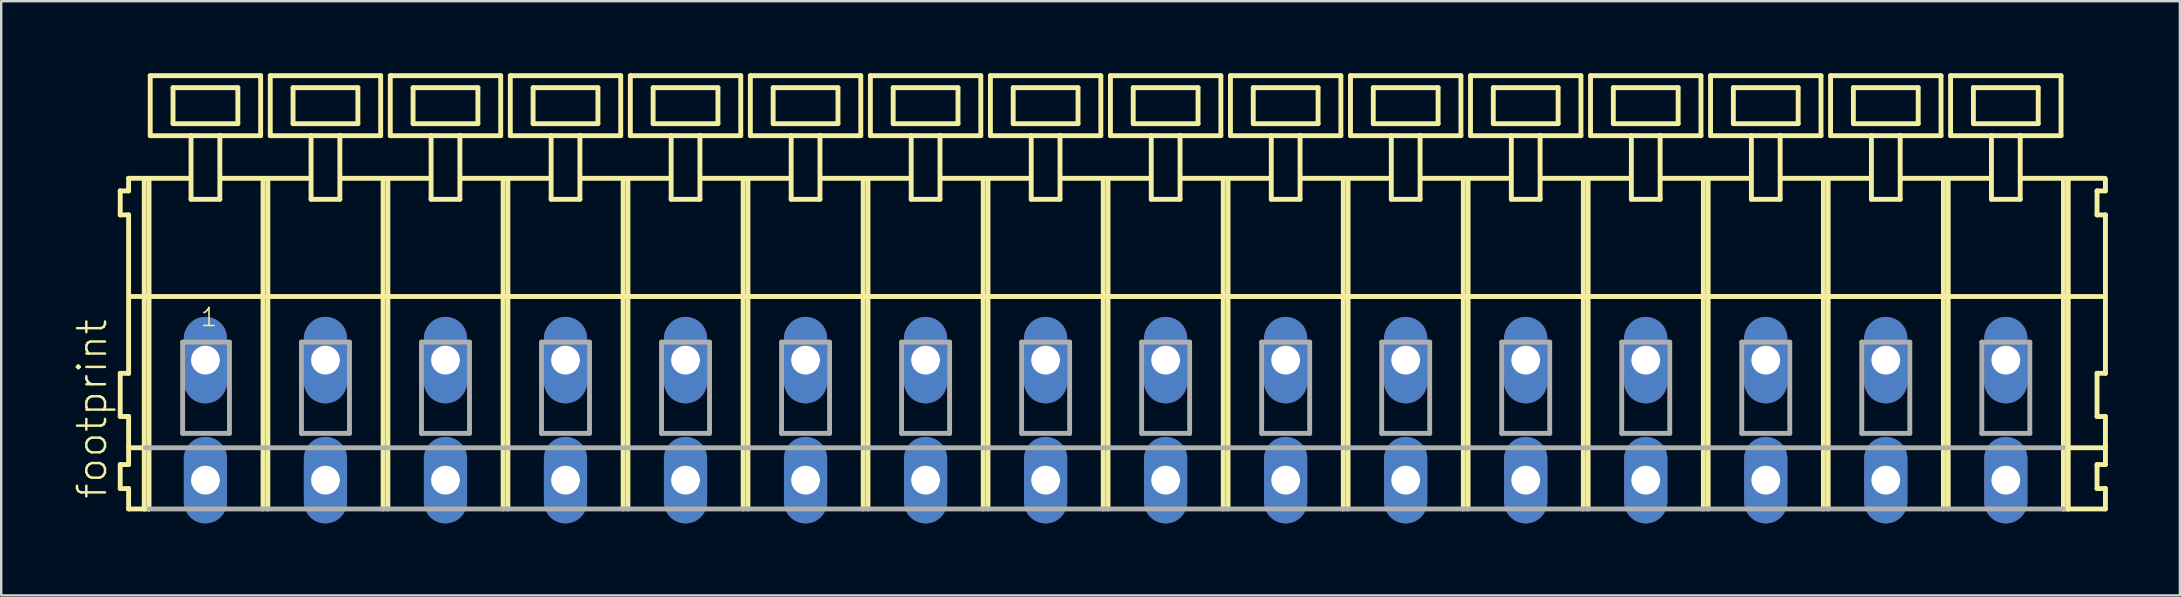
<source format=kicad_pcb>
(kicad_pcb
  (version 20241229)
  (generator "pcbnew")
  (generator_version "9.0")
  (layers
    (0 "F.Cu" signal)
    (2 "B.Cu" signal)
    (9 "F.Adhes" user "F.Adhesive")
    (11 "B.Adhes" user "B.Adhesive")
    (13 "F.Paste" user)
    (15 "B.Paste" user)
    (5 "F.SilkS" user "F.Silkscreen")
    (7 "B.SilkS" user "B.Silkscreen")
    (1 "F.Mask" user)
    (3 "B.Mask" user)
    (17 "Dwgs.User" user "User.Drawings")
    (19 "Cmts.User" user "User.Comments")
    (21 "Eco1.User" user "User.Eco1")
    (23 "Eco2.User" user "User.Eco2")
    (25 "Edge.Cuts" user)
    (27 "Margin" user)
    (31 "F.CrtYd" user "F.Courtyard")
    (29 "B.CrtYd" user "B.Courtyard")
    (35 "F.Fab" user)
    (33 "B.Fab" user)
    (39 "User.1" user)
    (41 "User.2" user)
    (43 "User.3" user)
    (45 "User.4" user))
  (footprint "footprint"
    (layer "F.Cu")
    (at 43.008 11.952)
    (property "Reference" "footprint" (at -41.535 5.855 90) (layer "F.SilkS") (effects (font (size 1.168 1.168) (thickness 0.102)) (justify left bottom)))
    (fp_line (start -41.05 -7.05) (end -41.05 -6.05) (stroke (width 0.203) (type solid)) (layer "F.SilkS"))
    (fp_line (start -41.05 -6.05) (end -40.7 -6.05) (stroke (width 0.203) (type solid)) (layer "F.SilkS"))
    (fp_line (start -41.05 0.55) (end -41.05 2.35) (stroke (width 0.203) (type solid)) (layer "F.SilkS"))
    (fp_line (start -41.05 2.35) (end -40.7 2.35) (stroke (width 0.203) (type solid)) (layer "F.SilkS"))
    (fp_line (start -41.05 4.35) (end -41.05 5.35) (stroke (width 0.203) (type solid)) (layer "F.SilkS"))
    (fp_line (start -41.05 5.35) (end -40.7 5.35) (stroke (width 0.203) (type solid)) (layer "F.SilkS"))
    (fp_line (start -40.7 -7.575) (end -40.7 -7.05) (stroke (width 0.203) (type solid)) (layer "F.SilkS"))
    (fp_line (start -40.7 -7.575) (end -38.125 -7.575) (stroke (width 0.203) (type solid)) (layer "F.SilkS"))
    (fp_line (start -40.7 -7.05) (end -41.05 -7.05) (stroke (width 0.203) (type solid)) (layer "F.SilkS"))
    (fp_line (start -40.7 -6.05) (end -40.7 0.55) (stroke (width 0.203) (type solid)) (layer "F.SilkS"))
    (fp_line (start -40.7 0.55) (end -41.05 0.55) (stroke (width 0.203) (type solid)) (layer "F.SilkS"))
    (fp_line (start -40.7 2.35) (end -40.7 4.35) (stroke (width 0.203) (type solid)) (layer "F.SilkS"))
    (fp_line (start -40.7 3.65) (end -40 3.65) (stroke (width 0.203) (type solid)) (layer "F.SilkS"))
    (fp_line (start -40.7 4.35) (end -41.05 4.35) (stroke (width 0.203) (type solid)) (layer "F.SilkS"))
    (fp_line (start -40.7 5.35) (end -40.7 6.2) (stroke (width 0.203) (type solid)) (layer "F.SilkS"))
    (fp_line (start -40.7 6.2) (end -40.05 6.2) (stroke (width 0.203) (type solid)) (layer "F.SilkS"))
    (fp_line (start -40.65 -2.65) (end -35.1 -2.65) (stroke (width 0.203) (type solid)) (layer "F.SilkS"))
    (fp_line (start -40.05 -7.55) (end -40.05 6.2) (stroke (width 0.203) (type solid)) (layer "F.SilkS"))
    (fp_line (start -40.05 6.2) (end -39.85 6.2) (stroke (width 0.203) (type solid)) (layer "F.SilkS"))
    (fp_line (start -39.85 -7.55) (end -39.85 6.2) (stroke (width 0.203) (type solid)) (layer "F.SilkS"))
    (fp_line (start -39.8 -11.85) (end -39.8 -9.35) (stroke (width 0.203) (type solid)) (layer "F.SilkS"))
    (fp_line (start -39.8 -9.35) (end -38.1 -9.35) (stroke (width 0.203) (type solid)) (layer "F.SilkS"))
    (fp_line (start -38.85 -11.35) (end -38.85 -9.85) (stroke (width 0.203) (type solid)) (layer "F.SilkS"))
    (fp_line (start -38.85 -9.85) (end -36.15 -9.85) (stroke (width 0.203) (type solid)) (layer "F.SilkS"))
    (fp_line (start -38.1 -9.35) (end -38.1 -6.7) (stroke (width 0.203) (type solid)) (layer "F.SilkS"))
    (fp_line (start -38.1 -9.35) (end -36.9 -9.35) (stroke (width 0.203) (type solid)) (layer "F.SilkS"))
    (fp_line (start -38.1 -6.7) (end -36.9 -6.7) (stroke (width 0.203) (type solid)) (layer "F.SilkS"))
    (fp_line (start -36.9 -9.35) (end -35.2 -9.35) (stroke (width 0.203) (type solid)) (layer "F.SilkS"))
    (fp_line (start -36.9 -6.7) (end -36.9 -9.35) (stroke (width 0.203) (type solid)) (layer "F.SilkS"))
    (fp_line (start -36.825 -7.575) (end -33.125 -7.575) (stroke (width 0.203) (type solid)) (layer "F.SilkS"))
    (fp_line (start -36.15 -11.35) (end -38.85 -11.35) (stroke (width 0.203) (type solid)) (layer "F.SilkS"))
    (fp_line (start -36.15 -9.85) (end -36.15 -11.35) (stroke (width 0.203) (type solid)) (layer "F.SilkS"))
    (fp_line (start -35.2 -11.85) (end -39.8 -11.85) (stroke (width 0.203) (type solid)) (layer "F.SilkS"))
    (fp_line (start -35.2 -9.35) (end -35.2 -11.85) (stroke (width 0.203) (type solid)) (layer "F.SilkS"))
    (fp_line (start -35.1 -7.55) (end -35.1 -2.65) (stroke (width 0.203) (type solid)) (layer "F.SilkS"))
    (fp_line (start -35.1 -2.65) (end -35.1 6.2) (stroke (width 0.203) (type solid)) (layer "F.SilkS"))
    (fp_line (start -34.9 -7.55) (end -34.9 -2.65) (stroke (width 0.203) (type solid)) (layer "F.SilkS"))
    (fp_line (start -34.9 -2.65) (end -34.9 6.2) (stroke (width 0.203) (type solid)) (layer "F.SilkS"))
    (fp_line (start -34.9 -2.65) (end -30.1 -2.65) (stroke (width 0.203) (type solid)) (layer "F.SilkS"))
    (fp_line (start -34.8 -11.85) (end -34.8 -9.35) (stroke (width 0.203) (type solid)) (layer "F.SilkS"))
    (fp_line (start -34.8 -9.35) (end -33.1 -9.35) (stroke (width 0.203) (type solid)) (layer "F.SilkS"))
    (fp_line (start -33.85 -11.35) (end -33.85 -9.85) (stroke (width 0.203) (type solid)) (layer "F.SilkS"))
    (fp_line (start -33.85 -9.85) (end -31.15 -9.85) (stroke (width 0.203) (type solid)) (layer "F.SilkS"))
    (fp_line (start -33.1 -9.35) (end -33.1 -6.7) (stroke (width 0.203) (type solid)) (layer "F.SilkS"))
    (fp_line (start -33.1 -9.35) (end -31.9 -9.35) (stroke (width 0.203) (type solid)) (layer "F.SilkS"))
    (fp_line (start -33.1 -6.7) (end -31.9 -6.7) (stroke (width 0.203) (type solid)) (layer "F.SilkS"))
    (fp_line (start -31.9 -9.35) (end -30.2 -9.35) (stroke (width 0.203) (type solid)) (layer "F.SilkS"))
    (fp_line (start -31.9 -6.7) (end -31.9 -9.35) (stroke (width 0.203) (type solid)) (layer "F.SilkS"))
    (fp_line (start -31.875 -7.575) (end -28.125 -7.575) (stroke (width 0.203) (type solid)) (layer "F.SilkS"))
    (fp_line (start -31.15 -11.35) (end -33.85 -11.35) (stroke (width 0.203) (type solid)) (layer "F.SilkS"))
    (fp_line (start -31.15 -9.85) (end -31.15 -11.35) (stroke (width 0.203) (type solid)) (layer "F.SilkS"))
    (fp_line (start -30.2 -11.85) (end -34.8 -11.85) (stroke (width 0.203) (type solid)) (layer "F.SilkS"))
    (fp_line (start -30.2 -9.35) (end -30.2 -11.85) (stroke (width 0.203) (type solid)) (layer "F.SilkS"))
    (fp_line (start -30.1 -7.55) (end -30.1 -2.65) (stroke (width 0.203) (type solid)) (layer "F.SilkS"))
    (fp_line (start -30.1 -2.65) (end -30.1 6.2) (stroke (width 0.203) (type solid)) (layer "F.SilkS"))
    (fp_line (start -30.1 -2.65) (end -29.9 -2.65) (stroke (width 0.203) (type solid)) (layer "F.SilkS"))
    (fp_line (start -29.9 -7.55) (end -29.9 -2.65) (stroke (width 0.203) (type solid)) (layer "F.SilkS"))
    (fp_line (start -29.9 -2.65) (end -29.9 6.2) (stroke (width 0.203) (type solid)) (layer "F.SilkS"))
    (fp_line (start -29.9 -2.65) (end -25.1 -2.65) (stroke (width 0.203) (type solid)) (layer "F.SilkS"))
    (fp_line (start -29.8 -11.85) (end -29.8 -9.35) (stroke (width 0.203) (type solid)) (layer "F.SilkS"))
    (fp_line (start -29.8 -9.35) (end -28.1 -9.35) (stroke (width 0.203) (type solid)) (layer "F.SilkS"))
    (fp_line (start -28.85 -11.35) (end -28.85 -9.85) (stroke (width 0.203) (type solid)) (layer "F.SilkS"))
    (fp_line (start -28.85 -9.85) (end -26.15 -9.85) (stroke (width 0.203) (type solid)) (layer "F.SilkS"))
    (fp_line (start -28.1 -9.35) (end -28.1 -6.7) (stroke (width 0.203) (type solid)) (layer "F.SilkS"))
    (fp_line (start -28.1 -9.35) (end -26.9 -9.35) (stroke (width 0.203) (type solid)) (layer "F.SilkS"))
    (fp_line (start -28.1 -6.7) (end -26.9 -6.7) (stroke (width 0.203) (type solid)) (layer "F.SilkS"))
    (fp_line (start -26.9 -9.35) (end -25.2 -9.35) (stroke (width 0.203) (type solid)) (layer "F.SilkS"))
    (fp_line (start -26.9 -6.7) (end -26.9 -9.35) (stroke (width 0.203) (type solid)) (layer "F.SilkS"))
    (fp_line (start -26.875 -7.575) (end -23.125 -7.575) (stroke (width 0.203) (type solid)) (layer "F.SilkS"))
    (fp_line (start -26.15 -11.35) (end -28.85 -11.35) (stroke (width 0.203) (type solid)) (layer "F.SilkS"))
    (fp_line (start -26.15 -9.85) (end -26.15 -11.35) (stroke (width 0.203) (type solid)) (layer "F.SilkS"))
    (fp_line (start -25.2 -11.85) (end -29.8 -11.85) (stroke (width 0.203) (type solid)) (layer "F.SilkS"))
    (fp_line (start -25.2 -9.35) (end -25.2 -11.85) (stroke (width 0.203) (type solid)) (layer "F.SilkS"))
    (fp_line (start -25.1 -7.55) (end -25.1 -2.65) (stroke (width 0.203) (type solid)) (layer "F.SilkS"))
    (fp_line (start -25.1 -2.65) (end -25.1 6.2) (stroke (width 0.203) (type solid)) (layer "F.SilkS"))
    (fp_line (start -25.1 -2.65) (end -24.9 -2.65) (stroke (width 0.203) (type solid)) (layer "F.SilkS"))
    (fp_line (start -25.1 -2.65) (end 39.9 -2.65) (stroke (width 0.203) (type solid)) (layer "F.SilkS"))
    (fp_line (start -24.9 -7.55) (end -24.9 -2.65) (stroke (width 0.203) (type solid)) (layer "F.SilkS"))
    (fp_line (start -24.9 -2.65) (end -24.9 6.2) (stroke (width 0.203) (type solid)) (layer "F.SilkS"))
    (fp_line (start -24.9 -2.65) (end -20.1 -2.65) (stroke (width 0.203) (type solid)) (layer "F.SilkS"))
    (fp_line (start -24.8 -11.85) (end -24.8 -9.35) (stroke (width 0.203) (type solid)) (layer "F.SilkS"))
    (fp_line (start -24.8 -9.35) (end -23.1 -9.35) (stroke (width 0.203) (type solid)) (layer "F.SilkS"))
    (fp_line (start -23.85 -11.35) (end -23.85 -9.85) (stroke (width 0.203) (type solid)) (layer "F.SilkS"))
    (fp_line (start -23.85 -9.85) (end -21.15 -9.85) (stroke (width 0.203) (type solid)) (layer "F.SilkS"))
    (fp_line (start -23.1 -9.35) (end -23.1 -6.7) (stroke (width 0.203) (type solid)) (layer "F.SilkS"))
    (fp_line (start -23.1 -9.35) (end -21.9 -9.35) (stroke (width 0.203) (type solid)) (layer "F.SilkS"))
    (fp_line (start -23.1 -6.7) (end -21.9 -6.7) (stroke (width 0.203) (type solid)) (layer "F.SilkS"))
    (fp_line (start -21.9 -9.35) (end -20.2 -9.35) (stroke (width 0.203) (type solid)) (layer "F.SilkS"))
    (fp_line (start -21.9 -6.7) (end -21.9 -9.35) (stroke (width 0.203) (type solid)) (layer "F.SilkS"))
    (fp_line (start -21.875 -7.575) (end -18.125 -7.575) (stroke (width 0.203) (type solid)) (layer "F.SilkS"))
    (fp_line (start -21.15 -11.35) (end -23.85 -11.35) (stroke (width 0.203) (type solid)) (layer "F.SilkS"))
    (fp_line (start -21.15 -9.85) (end -21.15 -11.35) (stroke (width 0.203) (type solid)) (layer "F.SilkS"))
    (fp_line (start -20.2 -11.85) (end -24.8 -11.85) (stroke (width 0.203) (type solid)) (layer "F.SilkS"))
    (fp_line (start -20.2 -9.35) (end -20.2 -11.85) (stroke (width 0.203) (type solid)) (layer "F.SilkS"))
    (fp_line (start -20.1 -7.55) (end -20.1 -2.65) (stroke (width 0.203) (type solid)) (layer "F.SilkS"))
    (fp_line (start -20.1 -2.65) (end -20.1 6.2) (stroke (width 0.203) (type solid)) (layer "F.SilkS"))
    (fp_line (start -20.1 -2.65) (end -19.9 -2.65) (stroke (width 0.203) (type solid)) (layer "F.SilkS"))
    (fp_line (start -19.9 -7.55) (end -19.9 -2.65) (stroke (width 0.203) (type solid)) (layer "F.SilkS"))
    (fp_line (start -19.9 -2.65) (end -19.9 6.2) (stroke (width 0.203) (type solid)) (layer "F.SilkS"))
    (fp_line (start -19.9 -2.65) (end -15.1 -2.65) (stroke (width 0.203) (type solid)) (layer "F.SilkS"))
    (fp_line (start -19.8 -11.85) (end -19.8 -9.35) (stroke (width 0.203) (type solid)) (layer "F.SilkS"))
    (fp_line (start -19.8 -9.35) (end -18.1 -9.35) (stroke (width 0.203) (type solid)) (layer "F.SilkS"))
    (fp_line (start -18.85 -11.35) (end -18.85 -9.85) (stroke (width 0.203) (type solid)) (layer "F.SilkS"))
    (fp_line (start -18.85 -9.85) (end -16.15 -9.85) (stroke (width 0.203) (type solid)) (layer "F.SilkS"))
    (fp_line (start -18.1 -9.35) (end -18.1 -6.7) (stroke (width 0.203) (type solid)) (layer "F.SilkS"))
    (fp_line (start -18.1 -9.35) (end -16.9 -9.35) (stroke (width 0.203) (type solid)) (layer "F.SilkS"))
    (fp_line (start -18.1 -6.7) (end -16.9 -6.7) (stroke (width 0.203) (type solid)) (layer "F.SilkS"))
    (fp_line (start -16.9 -9.35) (end -15.2 -9.35) (stroke (width 0.203) (type solid)) (layer "F.SilkS"))
    (fp_line (start -16.9 -6.7) (end -16.9 -9.35) (stroke (width 0.203) (type solid)) (layer "F.SilkS"))
    (fp_line (start -16.875 -7.575) (end -13.125 -7.575) (stroke (width 0.203) (type solid)) (layer "F.SilkS"))
    (fp_line (start -16.15 -11.35) (end -18.85 -11.35) (stroke (width 0.203) (type solid)) (layer "F.SilkS"))
    (fp_line (start -16.15 -9.85) (end -16.15 -11.35) (stroke (width 0.203) (type solid)) (layer "F.SilkS"))
    (fp_line (start -15.2 -11.85) (end -19.8 -11.85) (stroke (width 0.203) (type solid)) (layer "F.SilkS"))
    (fp_line (start -15.2 -9.35) (end -15.2 -11.85) (stroke (width 0.203) (type solid)) (layer "F.SilkS"))
    (fp_line (start -15.1 -7.55) (end -15.1 -2.65) (stroke (width 0.203) (type solid)) (layer "F.SilkS"))
    (fp_line (start -15.1 -2.65) (end -15.1 6.2) (stroke (width 0.203) (type solid)) (layer "F.SilkS"))
    (fp_line (start -15.1 -2.65) (end -14.9 -2.65) (stroke (width 0.203) (type solid)) (layer "F.SilkS"))
    (fp_line (start -14.9 -7.55) (end -14.9 -2.65) (stroke (width 0.203) (type solid)) (layer "F.SilkS"))
    (fp_line (start -14.9 -2.65) (end -14.9 6.2) (stroke (width 0.203) (type solid)) (layer "F.SilkS"))
    (fp_line (start -14.9 -2.65) (end -10.1 -2.65) (stroke (width 0.203) (type solid)) (layer "F.SilkS"))
    (fp_line (start -14.8 -11.85) (end -14.8 -9.35) (stroke (width 0.203) (type solid)) (layer "F.SilkS"))
    (fp_line (start -14.8 -9.35) (end -13.1 -9.35) (stroke (width 0.203) (type solid)) (layer "F.SilkS"))
    (fp_line (start -13.85 -11.35) (end -13.85 -9.85) (stroke (width 0.203) (type solid)) (layer "F.SilkS"))
    (fp_line (start -13.85 -9.85) (end -11.15 -9.85) (stroke (width 0.203) (type solid)) (layer "F.SilkS"))
    (fp_line (start -13.1 -9.35) (end -13.1 -6.7) (stroke (width 0.203) (type solid)) (layer "F.SilkS"))
    (fp_line (start -13.1 -9.35) (end -11.9 -9.35) (stroke (width 0.203) (type solid)) (layer "F.SilkS"))
    (fp_line (start -13.1 -6.7) (end -11.9 -6.7) (stroke (width 0.203) (type solid)) (layer "F.SilkS"))
    (fp_line (start -11.9 -9.35) (end -10.2 -9.35) (stroke (width 0.203) (type solid)) (layer "F.SilkS"))
    (fp_line (start -11.9 -6.7) (end -11.9 -9.35) (stroke (width 0.203) (type solid)) (layer "F.SilkS"))
    (fp_line (start -11.875 -7.575) (end -8.125 -7.575) (stroke (width 0.203) (type solid)) (layer "F.SilkS"))
    (fp_line (start -11.15 -11.35) (end -13.85 -11.35) (stroke (width 0.203) (type solid)) (layer "F.SilkS"))
    (fp_line (start -11.15 -9.85) (end -11.15 -11.35) (stroke (width 0.203) (type solid)) (layer "F.SilkS"))
    (fp_line (start -10.2 -11.85) (end -14.8 -11.85) (stroke (width 0.203) (type solid)) (layer "F.SilkS"))
    (fp_line (start -10.2 -9.35) (end -10.2 -11.85) (stroke (width 0.203) (type solid)) (layer "F.SilkS"))
    (fp_line (start -10.1 -7.55) (end -10.1 -2.65) (stroke (width 0.203) (type solid)) (layer "F.SilkS"))
    (fp_line (start -10.1 -2.65) (end -10.1 6.2) (stroke (width 0.203) (type solid)) (layer "F.SilkS"))
    (fp_line (start -10.1 -2.65) (end -9.9 -2.65) (stroke (width 0.203) (type solid)) (layer "F.SilkS"))
    (fp_line (start -9.9 -7.55) (end -9.9 -2.65) (stroke (width 0.203) (type solid)) (layer "F.SilkS"))
    (fp_line (start -9.9 -2.65) (end -9.9 6.2) (stroke (width 0.203) (type solid)) (layer "F.SilkS"))
    (fp_line (start -9.9 -2.65) (end -5.1 -2.65) (stroke (width 0.203) (type solid)) (layer "F.SilkS"))
    (fp_line (start -9.8 -11.85) (end -9.8 -9.35) (stroke (width 0.203) (type solid)) (layer "F.SilkS"))
    (fp_line (start -9.8 -9.35) (end -8.1 -9.35) (stroke (width 0.203) (type solid)) (layer "F.SilkS"))
    (fp_line (start -8.85 -11.35) (end -8.85 -9.85) (stroke (width 0.203) (type solid)) (layer "F.SilkS"))
    (fp_line (start -8.85 -9.85) (end -6.15 -9.85) (stroke (width 0.203) (type solid)) (layer "F.SilkS"))
    (fp_line (start -8.1 -9.35) (end -8.1 -6.7) (stroke (width 0.203) (type solid)) (layer "F.SilkS"))
    (fp_line (start -8.1 -9.35) (end -6.9 -9.35) (stroke (width 0.203) (type solid)) (layer "F.SilkS"))
    (fp_line (start -8.1 -6.7) (end -6.9 -6.7) (stroke (width 0.203) (type solid)) (layer "F.SilkS"))
    (fp_line (start -6.9 -9.35) (end -5.2 -9.35) (stroke (width 0.203) (type solid)) (layer "F.SilkS"))
    (fp_line (start -6.9 -6.7) (end -6.9 -9.35) (stroke (width 0.203) (type solid)) (layer "F.SilkS"))
    (fp_line (start -6.875 -7.575) (end -3.125 -7.575) (stroke (width 0.203) (type solid)) (layer "F.SilkS"))
    (fp_line (start -6.15 -11.35) (end -8.85 -11.35) (stroke (width 0.203) (type solid)) (layer "F.SilkS"))
    (fp_line (start -6.15 -9.85) (end -6.15 -11.35) (stroke (width 0.203) (type solid)) (layer "F.SilkS"))
    (fp_line (start -5.2 -11.85) (end -9.8 -11.85) (stroke (width 0.203) (type solid)) (layer "F.SilkS"))
    (fp_line (start -5.2 -9.35) (end -5.2 -11.85) (stroke (width 0.203) (type solid)) (layer "F.SilkS"))
    (fp_line (start -5.1 -7.55) (end -5.1 -2.65) (stroke (width 0.203) (type solid)) (layer "F.SilkS"))
    (fp_line (start -5.1 -2.65) (end -5.1 6.2) (stroke (width 0.203) (type solid)) (layer "F.SilkS"))
    (fp_line (start -5.1 -2.65) (end -4.9 -2.65) (stroke (width 0.203) (type solid)) (layer "F.SilkS"))
    (fp_line (start -4.9 -7.55) (end -4.9 -2.65) (stroke (width 0.203) (type solid)) (layer "F.SilkS"))
    (fp_line (start -4.9 -2.65) (end -4.9 6.2) (stroke (width 0.203) (type solid)) (layer "F.SilkS"))
    (fp_line (start -4.9 -2.65) (end -0.1 -2.65) (stroke (width 0.203) (type solid)) (layer "F.SilkS"))
    (fp_line (start -4.8 -11.85) (end -4.8 -9.35) (stroke (width 0.203) (type solid)) (layer "F.SilkS"))
    (fp_line (start -4.8 -9.35) (end -3.1 -9.35) (stroke (width 0.203) (type solid)) (layer "F.SilkS"))
    (fp_line (start -3.85 -11.35) (end -3.85 -9.85) (stroke (width 0.203) (type solid)) (layer "F.SilkS"))
    (fp_line (start -3.85 -9.85) (end -1.15 -9.85) (stroke (width 0.203) (type solid)) (layer "F.SilkS"))
    (fp_line (start -3.1 -9.35) (end -3.1 -6.7) (stroke (width 0.203) (type solid)) (layer "F.SilkS"))
    (fp_line (start -3.1 -9.35) (end -1.9 -9.35) (stroke (width 0.203) (type solid)) (layer "F.SilkS"))
    (fp_line (start -3.1 -6.7) (end -1.9 -6.7) (stroke (width 0.203) (type solid)) (layer "F.SilkS"))
    (fp_line (start -1.9 -9.35) (end -0.2 -9.35) (stroke (width 0.203) (type solid)) (layer "F.SilkS"))
    (fp_line (start -1.9 -6.7) (end -1.9 -9.35) (stroke (width 0.203) (type solid)) (layer "F.SilkS"))
    (fp_line (start -1.875 -7.575) (end 1.875 -7.575) (stroke (width 0.203) (type solid)) (layer "F.SilkS"))
    (fp_line (start -1.15 -11.35) (end -3.85 -11.35) (stroke (width 0.203) (type solid)) (layer "F.SilkS"))
    (fp_line (start -1.15 -9.85) (end -1.15 -11.35) (stroke (width 0.203) (type solid)) (layer "F.SilkS"))
    (fp_line (start -0.2 -11.85) (end -4.8 -11.85) (stroke (width 0.203) (type solid)) (layer "F.SilkS"))
    (fp_line (start -0.2 -9.35) (end -0.2 -11.85) (stroke (width 0.203) (type solid)) (layer "F.SilkS"))
    (fp_line (start -0.1 -7.55) (end -0.1 -2.65) (stroke (width 0.203) (type solid)) (layer "F.SilkS"))
    (fp_line (start -0.1 -2.65) (end -0.1 6.2) (stroke (width 0.203) (type solid)) (layer "F.SilkS"))
    (fp_line (start -0.1 -2.65) (end 0.1 -2.65) (stroke (width 0.203) (type solid)) (layer "F.SilkS"))
    (fp_line (start 0.1 -7.55) (end 0.1 -2.65) (stroke (width 0.203) (type solid)) (layer "F.SilkS"))
    (fp_line (start 0.1 -2.65) (end 0.1 6.2) (stroke (width 0.203) (type solid)) (layer "F.SilkS"))
    (fp_line (start 0.1 -2.65) (end 4.9 -2.65) (stroke (width 0.203) (type solid)) (layer "F.SilkS"))
    (fp_line (start 0.2 -11.85) (end 0.2 -9.35) (stroke (width 0.203) (type solid)) (layer "F.SilkS"))
    (fp_line (start 0.2 -9.35) (end 1.9 -9.35) (stroke (width 0.203) (type solid)) (layer "F.SilkS"))
    (fp_line (start 1.15 -11.35) (end 1.15 -9.85) (stroke (width 0.203) (type solid)) (layer "F.SilkS"))
    (fp_line (start 1.15 -9.85) (end 3.85 -9.85) (stroke (width 0.203) (type solid)) (layer "F.SilkS"))
    (fp_line (start 1.9 -9.35) (end 1.9 -6.7) (stroke (width 0.203) (type solid)) (layer "F.SilkS"))
    (fp_line (start 1.9 -9.35) (end 3.1 -9.35) (stroke (width 0.203) (type solid)) (layer "F.SilkS"))
    (fp_line (start 1.9 -6.7) (end 3.1 -6.7) (stroke (width 0.203) (type solid)) (layer "F.SilkS"))
    (fp_line (start 3.1 -9.35) (end 4.8 -9.35) (stroke (width 0.203) (type solid)) (layer "F.SilkS"))
    (fp_line (start 3.1 -6.7) (end 3.1 -9.35) (stroke (width 0.203) (type solid)) (layer "F.SilkS"))
    (fp_line (start 3.125 -7.575) (end 6.875 -7.575) (stroke (width 0.203) (type solid)) (layer "F.SilkS"))
    (fp_line (start 3.85 -11.35) (end 1.15 -11.35) (stroke (width 0.203) (type solid)) (layer "F.SilkS"))
    (fp_line (start 3.85 -9.85) (end 3.85 -11.35) (stroke (width 0.203) (type solid)) (layer "F.SilkS"))
    (fp_line (start 4.8 -11.85) (end 0.2 -11.85) (stroke (width 0.203) (type solid)) (layer "F.SilkS"))
    (fp_line (start 4.8 -9.35) (end 4.8 -11.85) (stroke (width 0.203) (type solid)) (layer "F.SilkS"))
    (fp_line (start 4.9 -7.55) (end 4.9 -2.65) (stroke (width 0.203) (type solid)) (layer "F.SilkS"))
    (fp_line (start 4.9 -2.65) (end 4.9 6.2) (stroke (width 0.203) (type solid)) (layer "F.SilkS"))
    (fp_line (start 4.9 -2.65) (end 5.1 -2.65) (stroke (width 0.203) (type solid)) (layer "F.SilkS"))
    (fp_line (start 5.1 -7.55) (end 5.1 -2.65) (stroke (width 0.203) (type solid)) (layer "F.SilkS"))
    (fp_line (start 5.1 -2.65) (end 5.1 6.2) (stroke (width 0.203) (type solid)) (layer "F.SilkS"))
    (fp_line (start 5.1 -2.65) (end 9.9 -2.65) (stroke (width 0.203) (type solid)) (layer "F.SilkS"))
    (fp_line (start 5.2 -11.85) (end 5.2 -9.35) (stroke (width 0.203) (type solid)) (layer "F.SilkS"))
    (fp_line (start 5.2 -9.35) (end 6.9 -9.35) (stroke (width 0.203) (type solid)) (layer "F.SilkS"))
    (fp_line (start 6.15 -11.35) (end 6.15 -9.85) (stroke (width 0.203) (type solid)) (layer "F.SilkS"))
    (fp_line (start 6.15 -9.85) (end 8.85 -9.85) (stroke (width 0.203) (type solid)) (layer "F.SilkS"))
    (fp_line (start 6.9 -9.35) (end 6.9 -6.7) (stroke (width 0.203) (type solid)) (layer "F.SilkS"))
    (fp_line (start 6.9 -9.35) (end 8.1 -9.35) (stroke (width 0.203) (type solid)) (layer "F.SilkS"))
    (fp_line (start 6.9 -6.7) (end 8.1 -6.7) (stroke (width 0.203) (type solid)) (layer "F.SilkS"))
    (fp_line (start 8.1 -9.35) (end 9.8 -9.35) (stroke (width 0.203) (type solid)) (layer "F.SilkS"))
    (fp_line (start 8.1 -6.7) (end 8.1 -9.35) (stroke (width 0.203) (type solid)) (layer "F.SilkS"))
    (fp_line (start 8.125 -7.575) (end 11.875 -7.575) (stroke (width 0.203) (type solid)) (layer "F.SilkS"))
    (fp_line (start 8.85 -11.35) (end 6.15 -11.35) (stroke (width 0.203) (type solid)) (layer "F.SilkS"))
    (fp_line (start 8.85 -9.85) (end 8.85 -11.35) (stroke (width 0.203) (type solid)) (layer "F.SilkS"))
    (fp_line (start 9.8 -11.85) (end 5.2 -11.85) (stroke (width 0.203) (type solid)) (layer "F.SilkS"))
    (fp_line (start 9.8 -9.35) (end 9.8 -11.85) (stroke (width 0.203) (type solid)) (layer "F.SilkS"))
    (fp_line (start 9.9 -7.55) (end 9.9 -2.65) (stroke (width 0.203) (type solid)) (layer "F.SilkS"))
    (fp_line (start 9.9 -2.65) (end 9.9 6.2) (stroke (width 0.203) (type solid)) (layer "F.SilkS"))
    (fp_line (start 9.9 -2.65) (end 10.1 -2.65) (stroke (width 0.203) (type solid)) (layer "F.SilkS"))
    (fp_line (start 10.1 -7.55) (end 10.1 -2.65) (stroke (width 0.203) (type solid)) (layer "F.SilkS"))
    (fp_line (start 10.1 -2.65) (end 10.1 6.2) (stroke (width 0.203) (type solid)) (layer "F.SilkS"))
    (fp_line (start 10.1 -2.65) (end 14.9 -2.65) (stroke (width 0.203) (type solid)) (layer "F.SilkS"))
    (fp_line (start 10.2 -11.85) (end 10.2 -9.35) (stroke (width 0.203) (type solid)) (layer "F.SilkS"))
    (fp_line (start 10.2 -9.35) (end 11.9 -9.35) (stroke (width 0.203) (type solid)) (layer "F.SilkS"))
    (fp_line (start 11.15 -11.35) (end 11.15 -9.85) (stroke (width 0.203) (type solid)) (layer "F.SilkS"))
    (fp_line (start 11.15 -9.85) (end 13.85 -9.85) (stroke (width 0.203) (type solid)) (layer "F.SilkS"))
    (fp_line (start 11.9 -9.35) (end 11.9 -6.7) (stroke (width 0.203) (type solid)) (layer "F.SilkS"))
    (fp_line (start 11.9 -9.35) (end 13.1 -9.35) (stroke (width 0.203) (type solid)) (layer "F.SilkS"))
    (fp_line (start 11.9 -6.7) (end 13.1 -6.7) (stroke (width 0.203) (type solid)) (layer "F.SilkS"))
    (fp_line (start 13.1 -9.35) (end 14.8 -9.35) (stroke (width 0.203) (type solid)) (layer "F.SilkS"))
    (fp_line (start 13.1 -6.7) (end 13.1 -9.35) (stroke (width 0.203) (type solid)) (layer "F.SilkS"))
    (fp_line (start 13.125 -7.575) (end 16.875 -7.575) (stroke (width 0.203) (type solid)) (layer "F.SilkS"))
    (fp_line (start 13.85 -11.35) (end 11.15 -11.35) (stroke (width 0.203) (type solid)) (layer "F.SilkS"))
    (fp_line (start 13.85 -9.85) (end 13.85 -11.35) (stroke (width 0.203) (type solid)) (layer "F.SilkS"))
    (fp_line (start 14.8 -11.85) (end 10.2 -11.85) (stroke (width 0.203) (type solid)) (layer "F.SilkS"))
    (fp_line (start 14.8 -9.35) (end 14.8 -11.85) (stroke (width 0.203) (type solid)) (layer "F.SilkS"))
    (fp_line (start 14.9 -7.55) (end 14.9 -2.65) (stroke (width 0.203) (type solid)) (layer "F.SilkS"))
    (fp_line (start 14.9 -2.65) (end 14.9 6.2) (stroke (width 0.203) (type solid)) (layer "F.SilkS"))
    (fp_line (start 14.9 -2.65) (end 15.1 -2.65) (stroke (width 0.203) (type solid)) (layer "F.SilkS"))
    (fp_line (start 15.1 -7.55) (end 15.1 -2.65) (stroke (width 0.203) (type solid)) (layer "F.SilkS"))
    (fp_line (start 15.1 -2.65) (end 15.1 6.2) (stroke (width 0.203) (type solid)) (layer "F.SilkS"))
    (fp_line (start 15.1 -2.65) (end 19.9 -2.65) (stroke (width 0.203) (type solid)) (layer "F.SilkS"))
    (fp_line (start 15.2 -11.85) (end 15.2 -9.35) (stroke (width 0.203) (type solid)) (layer "F.SilkS"))
    (fp_line (start 15.2 -9.35) (end 16.9 -9.35) (stroke (width 0.203) (type solid)) (layer "F.SilkS"))
    (fp_line (start 16.15 -11.35) (end 16.15 -9.85) (stroke (width 0.203) (type solid)) (layer "F.SilkS"))
    (fp_line (start 16.15 -9.85) (end 18.85 -9.85) (stroke (width 0.203) (type solid)) (layer "F.SilkS"))
    (fp_line (start 16.9 -9.35) (end 16.9 -6.7) (stroke (width 0.203) (type solid)) (layer "F.SilkS"))
    (fp_line (start 16.9 -9.35) (end 18.1 -9.35) (stroke (width 0.203) (type solid)) (layer "F.SilkS"))
    (fp_line (start 16.9 -6.7) (end 18.1 -6.7) (stroke (width 0.203) (type solid)) (layer "F.SilkS"))
    (fp_line (start 18.1 -9.35) (end 19.8 -9.35) (stroke (width 0.203) (type solid)) (layer "F.SilkS"))
    (fp_line (start 18.1 -6.7) (end 18.1 -9.35) (stroke (width 0.203) (type solid)) (layer "F.SilkS"))
    (fp_line (start 18.125 -7.575) (end 21.875 -7.575) (stroke (width 0.203) (type solid)) (layer "F.SilkS"))
    (fp_line (start 18.85 -11.35) (end 16.15 -11.35) (stroke (width 0.203) (type solid)) (layer "F.SilkS"))
    (fp_line (start 18.85 -9.85) (end 18.85 -11.35) (stroke (width 0.203) (type solid)) (layer "F.SilkS"))
    (fp_line (start 19.8 -11.85) (end 15.2 -11.85) (stroke (width 0.203) (type solid)) (layer "F.SilkS"))
    (fp_line (start 19.8 -9.35) (end 19.8 -11.85) (stroke (width 0.203) (type solid)) (layer "F.SilkS"))
    (fp_line (start 19.9 -7.55) (end 19.9 -2.65) (stroke (width 0.203) (type solid)) (layer "F.SilkS"))
    (fp_line (start 19.9 -2.65) (end 19.9 6.2) (stroke (width 0.203) (type solid)) (layer "F.SilkS"))
    (fp_line (start 19.9 -2.65) (end 20.1 -2.65) (stroke (width 0.203) (type solid)) (layer "F.SilkS"))
    (fp_line (start 20.1 -7.55) (end 20.1 -2.65) (stroke (width 0.203) (type solid)) (layer "F.SilkS"))
    (fp_line (start 20.1 -2.65) (end 20.1 6.2) (stroke (width 0.203) (type solid)) (layer "F.SilkS"))
    (fp_line (start 20.1 -2.65) (end 24.9 -2.65) (stroke (width 0.203) (type solid)) (layer "F.SilkS"))
    (fp_line (start 20.2 -11.85) (end 20.2 -9.35) (stroke (width 0.203) (type solid)) (layer "F.SilkS"))
    (fp_line (start 20.2 -9.35) (end 21.9 -9.35) (stroke (width 0.203) (type solid)) (layer "F.SilkS"))
    (fp_line (start 21.15 -11.35) (end 21.15 -9.85) (stroke (width 0.203) (type solid)) (layer "F.SilkS"))
    (fp_line (start 21.15 -9.85) (end 23.85 -9.85) (stroke (width 0.203) (type solid)) (layer "F.SilkS"))
    (fp_line (start 21.9 -9.35) (end 21.9 -6.7) (stroke (width 0.203) (type solid)) (layer "F.SilkS"))
    (fp_line (start 21.9 -9.35) (end 23.1 -9.35) (stroke (width 0.203) (type solid)) (layer "F.SilkS"))
    (fp_line (start 21.9 -6.7) (end 23.1 -6.7) (stroke (width 0.203) (type solid)) (layer "F.SilkS"))
    (fp_line (start 23.1 -9.35) (end 24.8 -9.35) (stroke (width 0.203) (type solid)) (layer "F.SilkS"))
    (fp_line (start 23.1 -6.7) (end 23.1 -9.35) (stroke (width 0.203) (type solid)) (layer "F.SilkS"))
    (fp_line (start 23.125 -7.575) (end 26.875 -7.575) (stroke (width 0.203) (type solid)) (layer "F.SilkS"))
    (fp_line (start 23.85 -11.35) (end 21.15 -11.35) (stroke (width 0.203) (type solid)) (layer "F.SilkS"))
    (fp_line (start 23.85 -9.85) (end 23.85 -11.35) (stroke (width 0.203) (type solid)) (layer "F.SilkS"))
    (fp_line (start 24.8 -11.85) (end 20.2 -11.85) (stroke (width 0.203) (type solid)) (layer "F.SilkS"))
    (fp_line (start 24.8 -9.35) (end 24.8 -11.85) (stroke (width 0.203) (type solid)) (layer "F.SilkS"))
    (fp_line (start 24.9 -7.55) (end 24.9 -2.65) (stroke (width 0.203) (type solid)) (layer "F.SilkS"))
    (fp_line (start 24.9 -2.65) (end 24.9 6.2) (stroke (width 0.203) (type solid)) (layer "F.SilkS"))
    (fp_line (start 24.9 -2.65) (end 25.1 -2.65) (stroke (width 0.203) (type solid)) (layer "F.SilkS"))
    (fp_line (start 25.1 -7.55) (end 25.1 -2.65) (stroke (width 0.203) (type solid)) (layer "F.SilkS"))
    (fp_line (start 25.1 -2.65) (end 25.1 6.2) (stroke (width 0.203) (type solid)) (layer "F.SilkS"))
    (fp_line (start 25.1 -2.65) (end 29.9 -2.65) (stroke (width 0.203) (type solid)) (layer "F.SilkS"))
    (fp_line (start 25.2 -11.85) (end 25.2 -9.35) (stroke (width 0.203) (type solid)) (layer "F.SilkS"))
    (fp_line (start 25.2 -9.35) (end 26.9 -9.35) (stroke (width 0.203) (type solid)) (layer "F.SilkS"))
    (fp_line (start 26.15 -11.35) (end 26.15 -9.85) (stroke (width 0.203) (type solid)) (layer "F.SilkS"))
    (fp_line (start 26.15 -9.85) (end 28.85 -9.85) (stroke (width 0.203) (type solid)) (layer "F.SilkS"))
    (fp_line (start 26.9 -9.35) (end 26.9 -6.7) (stroke (width 0.203) (type solid)) (layer "F.SilkS"))
    (fp_line (start 26.9 -9.35) (end 28.1 -9.35) (stroke (width 0.203) (type solid)) (layer "F.SilkS"))
    (fp_line (start 26.9 -6.7) (end 28.1 -6.7) (stroke (width 0.203) (type solid)) (layer "F.SilkS"))
    (fp_line (start 28.1 -9.35) (end 29.8 -9.35) (stroke (width 0.203) (type solid)) (layer "F.SilkS"))
    (fp_line (start 28.1 -6.7) (end 28.1 -9.35) (stroke (width 0.203) (type solid)) (layer "F.SilkS"))
    (fp_line (start 28.125 -7.575) (end 31.875 -7.575) (stroke (width 0.203) (type solid)) (layer "F.SilkS"))
    (fp_line (start 28.85 -11.35) (end 26.15 -11.35) (stroke (width 0.203) (type solid)) (layer "F.SilkS"))
    (fp_line (start 28.85 -9.85) (end 28.85 -11.35) (stroke (width 0.203) (type solid)) (layer "F.SilkS"))
    (fp_line (start 29.8 -11.85) (end 25.2 -11.85) (stroke (width 0.203) (type solid)) (layer "F.SilkS"))
    (fp_line (start 29.8 -9.35) (end 29.8 -11.85) (stroke (width 0.203) (type solid)) (layer "F.SilkS"))
    (fp_line (start 29.9 -7.55) (end 29.9 -2.65) (stroke (width 0.203) (type solid)) (layer "F.SilkS"))
    (fp_line (start 29.9 -2.65) (end 29.9 6.2) (stroke (width 0.203) (type solid)) (layer "F.SilkS"))
    (fp_line (start 29.9 -2.65) (end 30.1 -2.65) (stroke (width 0.203) (type solid)) (layer "F.SilkS"))
    (fp_line (start 30.1 -7.55) (end 30.1 -2.65) (stroke (width 0.203) (type solid)) (layer "F.SilkS"))
    (fp_line (start 30.1 -2.65) (end 30.1 6.2) (stroke (width 0.203) (type solid)) (layer "F.SilkS"))
    (fp_line (start 30.1 -2.65) (end 34.9 -2.65) (stroke (width 0.203) (type solid)) (layer "F.SilkS"))
    (fp_line (start 30.2 -11.85) (end 30.2 -9.35) (stroke (width 0.203) (type solid)) (layer "F.SilkS"))
    (fp_line (start 30.2 -9.35) (end 31.9 -9.35) (stroke (width 0.203) (type solid)) (layer "F.SilkS"))
    (fp_line (start 31.15 -11.35) (end 31.15 -9.85) (stroke (width 0.203) (type solid)) (layer "F.SilkS"))
    (fp_line (start 31.15 -9.85) (end 33.85 -9.85) (stroke (width 0.203) (type solid)) (layer "F.SilkS"))
    (fp_line (start 31.9 -9.35) (end 31.9 -6.7) (stroke (width 0.203) (type solid)) (layer "F.SilkS"))
    (fp_line (start 31.9 -9.35) (end 33.1 -9.35) (stroke (width 0.203) (type solid)) (layer "F.SilkS"))
    (fp_line (start 31.9 -6.7) (end 33.1 -6.7) (stroke (width 0.203) (type solid)) (layer "F.SilkS"))
    (fp_line (start 33.1 -9.35) (end 34.8 -9.35) (stroke (width 0.203) (type solid)) (layer "F.SilkS"))
    (fp_line (start 33.1 -6.7) (end 33.1 -9.35) (stroke (width 0.203) (type solid)) (layer "F.SilkS"))
    (fp_line (start 33.125 -7.575) (end 36.875 -7.575) (stroke (width 0.203) (type solid)) (layer "F.SilkS"))
    (fp_line (start 33.85 -11.35) (end 31.15 -11.35) (stroke (width 0.203) (type solid)) (layer "F.SilkS"))
    (fp_line (start 33.85 -9.85) (end 33.85 -11.35) (stroke (width 0.203) (type solid)) (layer "F.SilkS"))
    (fp_line (start 34.8 -11.85) (end 30.2 -11.85) (stroke (width 0.203) (type solid)) (layer "F.SilkS"))
    (fp_line (start 34.8 -9.35) (end 34.8 -11.85) (stroke (width 0.203) (type solid)) (layer "F.SilkS"))
    (fp_line (start 34.9 -7.55) (end 34.9 -2.65) (stroke (width 0.203) (type solid)) (layer "F.SilkS"))
    (fp_line (start 34.9 -2.65) (end 34.9 6.2) (stroke (width 0.203) (type solid)) (layer "F.SilkS"))
    (fp_line (start 34.9 -2.65) (end 35.1 -2.65) (stroke (width 0.203) (type solid)) (layer "F.SilkS"))
    (fp_line (start 35.1 -7.55) (end 35.1 -2.65) (stroke (width 0.203) (type solid)) (layer "F.SilkS"))
    (fp_line (start 35.1 -2.65) (end 35.1 6.2) (stroke (width 0.203) (type solid)) (layer "F.SilkS"))
    (fp_line (start 35.2 -11.85) (end 35.2 -9.35) (stroke (width 0.203) (type solid)) (layer "F.SilkS"))
    (fp_line (start 35.2 -9.35) (end 36.9 -9.35) (stroke (width 0.203) (type solid)) (layer "F.SilkS"))
    (fp_line (start 36.15 -11.35) (end 36.15 -9.85) (stroke (width 0.203) (type solid)) (layer "F.SilkS"))
    (fp_line (start 36.15 -9.85) (end 38.85 -9.85) (stroke (width 0.203) (type solid)) (layer "F.SilkS"))
    (fp_line (start 36.9 -9.35) (end 36.9 -6.7) (stroke (width 0.203) (type solid)) (layer "F.SilkS"))
    (fp_line (start 36.9 -9.35) (end 38.1 -9.35) (stroke (width 0.203) (type solid)) (layer "F.SilkS"))
    (fp_line (start 36.9 -6.7) (end 38.1 -6.7) (stroke (width 0.203) (type solid)) (layer "F.SilkS"))
    (fp_line (start 38.1 -9.35) (end 39.8 -9.35) (stroke (width 0.203) (type solid)) (layer "F.SilkS"))
    (fp_line (start 38.1 -6.7) (end 38.1 -9.35) (stroke (width 0.203) (type solid)) (layer "F.SilkS"))
    (fp_line (start 38.125 -7.575) (end 41.625 -7.575) (stroke (width 0.203) (type solid)) (layer "F.SilkS"))
    (fp_line (start 38.85 -11.35) (end 36.15 -11.35) (stroke (width 0.203) (type solid)) (layer "F.SilkS"))
    (fp_line (start 38.85 -9.85) (end 38.85 -11.35) (stroke (width 0.203) (type solid)) (layer "F.SilkS"))
    (fp_line (start 39.8 -11.85) (end 35.2 -11.85) (stroke (width 0.203) (type solid)) (layer "F.SilkS"))
    (fp_line (start 39.8 -9.35) (end 39.8 -11.85) (stroke (width 0.203) (type solid)) (layer "F.SilkS"))
    (fp_line (start 39.9 -7.55) (end 39.9 -2.65) (stroke (width 0.203) (type solid)) (layer "F.SilkS"))
    (fp_line (start 39.9 -2.65) (end 39.9 6.2) (stroke (width 0.203) (type solid)) (layer "F.SilkS"))
    (fp_line (start 39.9 -2.65) (end 40.1 -2.65) (stroke (width 0.203) (type solid)) (layer "F.SilkS"))
    (fp_line (start 39.9 6.2) (end 40.1 6.2) (stroke (width 0.203) (type solid)) (layer "F.SilkS"))
    (fp_line (start 39.95 3.65) (end 41.65 3.65) (stroke (width 0.203) (type solid)) (layer "F.SilkS"))
    (fp_line (start 40.1 -7.55) (end 40.1 -2.65) (stroke (width 0.203) (type solid)) (layer "F.SilkS"))
    (fp_line (start 40.1 -2.65) (end 40.1 6.2) (stroke (width 0.203) (type solid)) (layer "F.SilkS"))
    (fp_line (start 40.1 -2.65) (end 41.6 -2.65) (stroke (width 0.203) (type solid)) (layer "F.SilkS"))
    (fp_line (start 40.1 6.2) (end 41.65 6.2) (stroke (width 0.203) (type solid)) (layer "F.SilkS"))
    (fp_line (start 41.3 -7.05) (end 41.3 -6.05) (stroke (width 0.203) (type solid)) (layer "F.SilkS"))
    (fp_line (start 41.3 -6.05) (end 41.65 -6.05) (stroke (width 0.203) (type solid)) (layer "F.SilkS"))
    (fp_line (start 41.3 0.55) (end 41.3 2.35) (stroke (width 0.203) (type solid)) (layer "F.SilkS"))
    (fp_line (start 41.3 2.35) (end 41.65 2.35) (stroke (width 0.203) (type solid)) (layer "F.SilkS"))
    (fp_line (start 41.3 4.35) (end 41.3 5.35) (stroke (width 0.203) (type solid)) (layer "F.SilkS"))
    (fp_line (start 41.3 5.35) (end 41.65 5.35) (stroke (width 0.203) (type solid)) (layer "F.SilkS"))
    (fp_line (start 41.65 -7.05) (end 41.3 -7.05) (stroke (width 0.203) (type solid)) (layer "F.SilkS"))
    (fp_line (start 41.65 -7.05) (end 41.65 -7.55) (stroke (width 0.203) (type solid)) (layer "F.SilkS"))
    (fp_line (start 41.65 0.55) (end 41.3 0.55) (stroke (width 0.203) (type solid)) (layer "F.SilkS"))
    (fp_line (start 41.65 0.55) (end 41.65 -6.05) (stroke (width 0.203) (type solid)) (layer "F.SilkS"))
    (fp_line (start 41.65 3.65) (end 41.65 2.35) (stroke (width 0.203) (type solid)) (layer "F.SilkS"))
    (fp_line (start 41.65 4.35) (end 41.3 4.35) (stroke (width 0.203) (type solid)) (layer "F.SilkS"))
    (fp_line (start 41.65 4.35) (end 41.65 3.65) (stroke (width 0.203) (type solid)) (layer "F.SilkS"))
    (fp_line (start 41.65 6.2) (end 41.65 5.35) (stroke (width 0.203) (type solid)) (layer "F.SilkS"))
    (fp_line (start -40 3.65) (end 39.9 3.65) (stroke (width 0.203) (type solid)) (layer "F.Fab"))
    (fp_line (start -39.85 6.2) (end 39.9 6.2) (stroke (width 0.203) (type solid)) (layer "F.Fab"))
    (fp_line (start -38.45 -0.75) (end -38.45 3.05) (stroke (width 0.203) (type solid)) (layer "F.Fab"))
    (fp_line (start -38.45 3.05) (end -36.5 3.05) (stroke (width 0.203) (type solid)) (layer "F.Fab"))
    (fp_line (start -36.5 -0.75) (end -38.45 -0.75) (stroke (width 0.203) (type solid)) (layer "F.Fab"))
    (fp_line (start -36.5 3.05) (end -36.5 -0.75) (stroke (width 0.203) (type solid)) (layer "F.Fab"))
    (fp_line (start -33.5 -0.75) (end -33.5 3.05) (stroke (width 0.203) (type solid)) (layer "F.Fab"))
    (fp_line (start -33.5 3.05) (end -31.5 3.05) (stroke (width 0.203) (type solid)) (layer "F.Fab"))
    (fp_line (start -31.5 -0.75) (end -33.5 -0.75) (stroke (width 0.203) (type solid)) (layer "F.Fab"))
    (fp_line (start -31.5 3.05) (end -31.5 -0.75) (stroke (width 0.203) (type solid)) (layer "F.Fab"))
    (fp_line (start -28.5 -0.75) (end -28.5 3.05) (stroke (width 0.203) (type solid)) (layer "F.Fab"))
    (fp_line (start -28.5 3.05) (end -26.5 3.05) (stroke (width 0.203) (type solid)) (layer "F.Fab"))
    (fp_line (start -26.5 -0.75) (end -28.5 -0.75) (stroke (width 0.203) (type solid)) (layer "F.Fab"))
    (fp_line (start -26.5 3.05) (end -26.5 -0.75) (stroke (width 0.203) (type solid)) (layer "F.Fab"))
    (fp_line (start -23.5 -0.75) (end -23.5 3.05) (stroke (width 0.203) (type solid)) (layer "F.Fab"))
    (fp_line (start -23.5 3.05) (end -21.5 3.05) (stroke (width 0.203) (type solid)) (layer "F.Fab"))
    (fp_line (start -21.5 -0.75) (end -23.5 -0.75) (stroke (width 0.203) (type solid)) (layer "F.Fab"))
    (fp_line (start -21.5 3.05) (end -21.5 -0.75) (stroke (width 0.203) (type solid)) (layer "F.Fab"))
    (fp_line (start -18.5 -0.75) (end -18.5 3.05) (stroke (width 0.203) (type solid)) (layer "F.Fab"))
    (fp_line (start -18.5 3.05) (end -16.5 3.05) (stroke (width 0.203) (type solid)) (layer "F.Fab"))
    (fp_line (start -16.5 -0.75) (end -18.5 -0.75) (stroke (width 0.203) (type solid)) (layer "F.Fab"))
    (fp_line (start -16.5 3.05) (end -16.5 -0.75) (stroke (width 0.203) (type solid)) (layer "F.Fab"))
    (fp_line (start -13.5 -0.75) (end -13.5 3.05) (stroke (width 0.203) (type solid)) (layer "F.Fab"))
    (fp_line (start -13.5 3.05) (end -11.5 3.05) (stroke (width 0.203) (type solid)) (layer "F.Fab"))
    (fp_line (start -11.5 -0.75) (end -13.5 -0.75) (stroke (width 0.203) (type solid)) (layer "F.Fab"))
    (fp_line (start -11.5 3.05) (end -11.5 -0.75) (stroke (width 0.203) (type solid)) (layer "F.Fab"))
    (fp_line (start -8.5 -0.75) (end -8.5 3.05) (stroke (width 0.203) (type solid)) (layer "F.Fab"))
    (fp_line (start -8.5 3.05) (end -6.5 3.05) (stroke (width 0.203) (type solid)) (layer "F.Fab"))
    (fp_line (start -6.5 -0.75) (end -8.5 -0.75) (stroke (width 0.203) (type solid)) (layer "F.Fab"))
    (fp_line (start -6.5 3.05) (end -6.5 -0.75) (stroke (width 0.203) (type solid)) (layer "F.Fab"))
    (fp_line (start -3.5 -0.75) (end -3.5 3.05) (stroke (width 0.203) (type solid)) (layer "F.Fab"))
    (fp_line (start -3.5 3.05) (end -1.5 3.05) (stroke (width 0.203) (type solid)) (layer "F.Fab"))
    (fp_line (start -1.5 -0.75) (end -3.5 -0.75) (stroke (width 0.203) (type solid)) (layer "F.Fab"))
    (fp_line (start -1.5 3.05) (end -1.5 -0.75) (stroke (width 0.203) (type solid)) (layer "F.Fab"))
    (fp_line (start 1.5 -0.75) (end 1.5 3.05) (stroke (width 0.203) (type solid)) (layer "F.Fab"))
    (fp_line (start 1.5 3.05) (end 3.5 3.05) (stroke (width 0.203) (type solid)) (layer "F.Fab"))
    (fp_line (start 3.5 -0.75) (end 1.5 -0.75) (stroke (width 0.203) (type solid)) (layer "F.Fab"))
    (fp_line (start 3.5 3.05) (end 3.5 -0.75) (stroke (width 0.203) (type solid)) (layer "F.Fab"))
    (fp_line (start 6.5 -0.75) (end 6.5 3.05) (stroke (width 0.203) (type solid)) (layer "F.Fab"))
    (fp_line (start 6.5 3.05) (end 8.5 3.05) (stroke (width 0.203) (type solid)) (layer "F.Fab"))
    (fp_line (start 8.5 -0.75) (end 6.5 -0.75) (stroke (width 0.203) (type solid)) (layer "F.Fab"))
    (fp_line (start 8.5 3.05) (end 8.5 -0.75) (stroke (width 0.203) (type solid)) (layer "F.Fab"))
    (fp_line (start 11.5 -0.75) (end 11.5 3.05) (stroke (width 0.203) (type solid)) (layer "F.Fab"))
    (fp_line (start 11.5 3.05) (end 13.5 3.05) (stroke (width 0.203) (type solid)) (layer "F.Fab"))
    (fp_line (start 13.5 -0.75) (end 11.5 -0.75) (stroke (width 0.203) (type solid)) (layer "F.Fab"))
    (fp_line (start 13.5 3.05) (end 13.5 -0.75) (stroke (width 0.203) (type solid)) (layer "F.Fab"))
    (fp_line (start 16.5 -0.75) (end 16.5 3.05) (stroke (width 0.203) (type solid)) (layer "F.Fab"))
    (fp_line (start 16.5 3.05) (end 18.5 3.05) (stroke (width 0.203) (type solid)) (layer "F.Fab"))
    (fp_line (start 18.5 -0.75) (end 16.5 -0.75) (stroke (width 0.203) (type solid)) (layer "F.Fab"))
    (fp_line (start 18.5 3.05) (end 18.5 -0.75) (stroke (width 0.203) (type solid)) (layer "F.Fab"))
    (fp_line (start 21.5 -0.75) (end 21.5 3.05) (stroke (width 0.203) (type solid)) (layer "F.Fab"))
    (fp_line (start 21.5 3.05) (end 23.5 3.05) (stroke (width 0.203) (type solid)) (layer "F.Fab"))
    (fp_line (start 23.5 -0.75) (end 21.5 -0.75) (stroke (width 0.203) (type solid)) (layer "F.Fab"))
    (fp_line (start 23.5 3.05) (end 23.5 -0.75) (stroke (width 0.203) (type solid)) (layer "F.Fab"))
    (fp_line (start 26.5 -0.75) (end 26.5 3.05) (stroke (width 0.203) (type solid)) (layer "F.Fab"))
    (fp_line (start 26.5 3.05) (end 28.5 3.05) (stroke (width 0.203) (type solid)) (layer "F.Fab"))
    (fp_line (start 28.5 -0.75) (end 26.5 -0.75) (stroke (width 0.203) (type solid)) (layer "F.Fab"))
    (fp_line (start 28.5 3.05) (end 28.5 -0.75) (stroke (width 0.203) (type solid)) (layer "F.Fab"))
    (fp_line (start 31.5 -0.75) (end 31.5 3.05) (stroke (width 0.203) (type solid)) (layer "F.Fab"))
    (fp_line (start 31.5 3.05) (end 33.5 3.05) (stroke (width 0.203) (type solid)) (layer "F.Fab"))
    (fp_line (start 33.5 -0.75) (end 31.5 -0.75) (stroke (width 0.203) (type solid)) (layer "F.Fab"))
    (fp_line (start 33.5 3.05) (end 33.5 -0.75) (stroke (width 0.203) (type solid)) (layer "F.Fab"))
    (fp_line (start 36.5 -0.75) (end 36.5 3.05) (stroke (width 0.203) (type solid)) (layer "F.Fab"))
    (fp_line (start 36.5 3.05) (end 38.5 3.05) (stroke (width 0.203) (type solid)) (layer "F.Fab"))
    (fp_line (start 38.5 -0.75) (end 36.5 -0.75) (stroke (width 0.203) (type solid)) (layer "F.Fab"))
    (fp_line (start 38.5 3.05) (end 38.5 -0.75) (stroke (width 0.203) (type solid)) (layer "F.Fab"))
    (fp_text user "1" (at -37.75 -1.35 0) (layer "F.SilkS") (effects (font (size 0.748 0.748) (thickness 0.065)) (justify left bottom)))
    (pad "A1" thru_hole oval (at -37.5 0 90) (size 3.6 1.8) (drill 1.2) (layers "*.Cu" "*.Mask"))
    (pad "A2" thru_hole oval (at -32.5 0 90) (size 3.6 1.8) (drill 1.2) (layers "*.Cu" "*.Mask"))
    (pad "A3" thru_hole oval (at -27.5 0 90) (size 3.6 1.8) (drill 1.2) (layers "*.Cu" "*.Mask"))
    (pad "A4" thru_hole oval (at -22.5 0 90) (size 3.6 1.8) (drill 1.2) (layers "*.Cu" "*.Mask"))
    (pad "A5" thru_hole oval (at -17.5 0 90) (size 3.6 1.8) (drill 1.2) (layers "*.Cu" "*.Mask"))
    (pad "A6" thru_hole oval (at -12.5 0 90) (size 3.6 1.8) (drill 1.2) (layers "*.Cu" "*.Mask"))
    (pad "A7" thru_hole oval (at -7.5 0 90) (size 3.6 1.8) (drill 1.2) (layers "*.Cu" "*.Mask"))
    (pad "A8" thru_hole oval (at -2.5 0 90) (size 3.6 1.8) (drill 1.2) (layers "*.Cu" "*.Mask"))
    (pad "A9" thru_hole oval (at 2.5 0 90) (size 3.6 1.8) (drill 1.2) (layers "*.Cu" "*.Mask"))
    (pad "A10" thru_hole oval (at 7.5 0 90) (size 3.6 1.8) (drill 1.2) (layers "*.Cu" "*.Mask"))
    (pad "A11" thru_hole oval (at 12.5 0 90) (size 3.6 1.8) (drill 1.2) (layers "*.Cu" "*.Mask"))
    (pad "A12" thru_hole oval (at 17.5 0 90) (size 3.6 1.8) (drill 1.2) (layers "*.Cu" "*.Mask"))
    (pad "A13" thru_hole oval (at 22.5 0 90) (size 3.6 1.8) (drill 1.2) (layers "*.Cu" "*.Mask"))
    (pad "A14" thru_hole oval (at 27.5 0 90) (size 3.6 1.8) (drill 1.2) (layers "*.Cu" "*.Mask"))
    (pad "A15" thru_hole oval (at 32.5 0 90) (size 3.6 1.8) (drill 1.2) (layers "*.Cu" "*.Mask"))
    (pad "A16" thru_hole oval (at 37.5 0 90) (size 3.6 1.8) (drill 1.2) (layers "*.Cu" "*.Mask"))
    (pad "B1" thru_hole oval (at -37.5 5 90) (size 3.6 1.8) (drill 1.2) (layers "*.Cu" "*.Mask"))
    (pad "B2" thru_hole oval (at -32.5 5 90) (size 3.6 1.8) (drill 1.2) (layers "*.Cu" "*.Mask"))
    (pad "B3" thru_hole oval (at -27.5 5 90) (size 3.6 1.8) (drill 1.2) (layers "*.Cu" "*.Mask"))
    (pad "B4" thru_hole oval (at -22.5 5 90) (size 3.6 1.8) (drill 1.2) (layers "*.Cu" "*.Mask"))
    (pad "B5" thru_hole oval (at -17.5 5 90) (size 3.6 1.8) (drill 1.2) (layers "*.Cu" "*.Mask"))
    (pad "B6" thru_hole oval (at -12.5 5 90) (size 3.6 1.8) (drill 1.2) (layers "*.Cu" "*.Mask"))
    (pad "B7" thru_hole oval (at -7.5 5 90) (size 3.6 1.8) (drill 1.2) (layers "*.Cu" "*.Mask"))
    (pad "B8" thru_hole oval (at -2.5 5 90) (size 3.6 1.8) (drill 1.2) (layers "*.Cu" "*.Mask"))
    (pad "B9" thru_hole oval (at 2.5 5 90) (size 3.6 1.8) (drill 1.2) (layers "*.Cu" "*.Mask"))
    (pad "B10" thru_hole oval (at 7.5 5 90) (size 3.6 1.8) (drill 1.2) (layers "*.Cu" "*.Mask"))
    (pad "B11" thru_hole oval (at 12.5 5 90) (size 3.6 1.8) (drill 1.2) (layers "*.Cu" "*.Mask"))
    (pad "B12" thru_hole oval (at 17.5 5 90) (size 3.6 1.8) (drill 1.2) (layers "*.Cu" "*.Mask"))
    (pad "B13" thru_hole oval (at 22.5 5 90) (size 3.6 1.8) (drill 1.2) (layers "*.Cu" "*.Mask"))
    (pad "B14" thru_hole oval (at 27.5 5 90) (size 3.6 1.8) (drill 1.2) (layers "*.Cu" "*.Mask"))
    (pad "B15" thru_hole oval (at 32.5 5 90) (size 3.6 1.8) (drill 1.2) (layers "*.Cu" "*.Mask"))
    (pad "B16" thru_hole oval (at 37.5 5 90) (size 3.6 1.8) (drill 1.2) (layers "*.Cu" "*.Mask")))
  (gr_rect
    (start -3 -3)
    (end 87.76 21.752)
    (stroke (width 0.1) (type default))
    (fill no)
    (layer "Edge.Cuts")))
</source>
